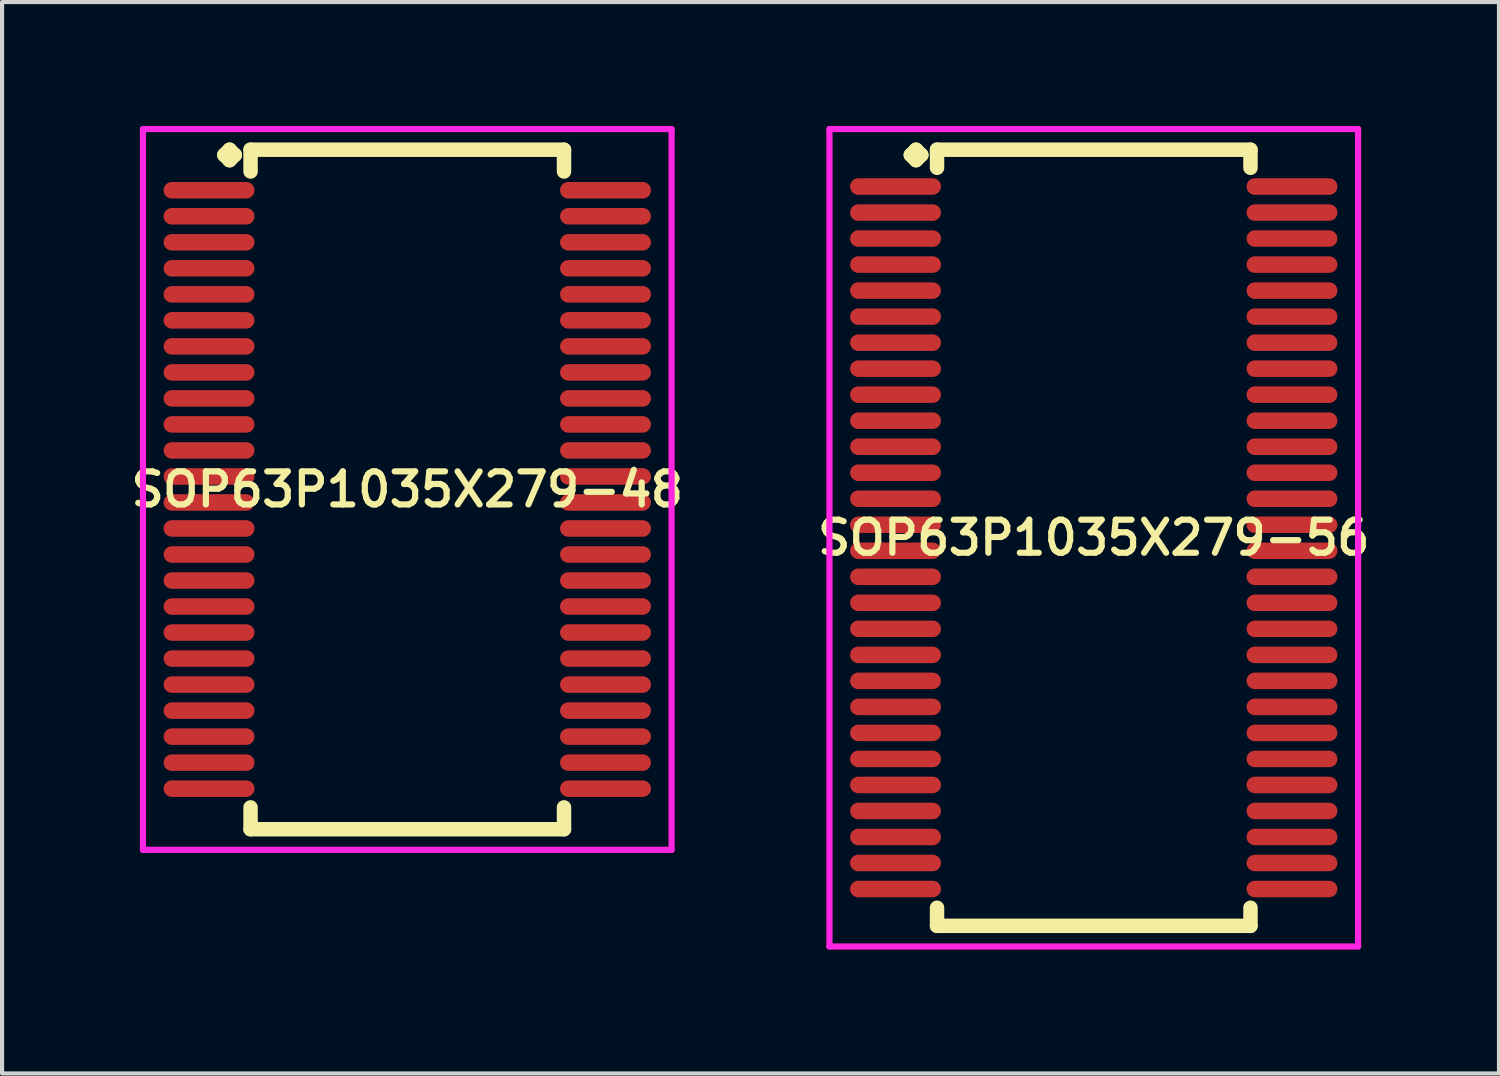
<source format=kicad_pcb>
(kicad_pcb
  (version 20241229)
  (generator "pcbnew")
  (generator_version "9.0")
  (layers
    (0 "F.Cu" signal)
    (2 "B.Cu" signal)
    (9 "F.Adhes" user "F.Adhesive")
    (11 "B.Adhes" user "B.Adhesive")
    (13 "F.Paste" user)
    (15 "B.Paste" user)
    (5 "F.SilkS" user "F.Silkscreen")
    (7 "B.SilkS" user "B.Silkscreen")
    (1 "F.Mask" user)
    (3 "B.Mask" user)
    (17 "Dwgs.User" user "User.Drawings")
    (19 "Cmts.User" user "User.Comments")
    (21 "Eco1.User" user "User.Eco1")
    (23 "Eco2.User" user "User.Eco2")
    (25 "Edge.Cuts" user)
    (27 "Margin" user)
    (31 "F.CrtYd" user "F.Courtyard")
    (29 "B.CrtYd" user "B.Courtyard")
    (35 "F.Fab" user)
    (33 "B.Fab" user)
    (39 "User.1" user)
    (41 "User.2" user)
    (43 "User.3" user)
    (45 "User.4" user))
  (footprint "SOP63P1035X279-48"
    (layer "F.Cu")
    (at 6.812 8.802)
    (property "Reference" "SOP63P1035X279-48" (at 0 0 0) (layer "F.SilkS") (effects (font (size 0.8 0.8) (thickness 0.15))))
    (attr smd)
    (fp_line (start -4.43 -8.1) (end -4.303 -8.227) (stroke (width 0.35) (type solid)) (layer "F.SilkS"))
    (fp_line (start -4.303 -8.227) (end -4.176 -8.1) (stroke (width 0.35) (type solid)) (layer "F.SilkS"))
    (fp_line (start -4.303 -7.973) (end -4.43 -8.1) (stroke (width 0.35) (type solid)) (layer "F.SilkS"))
    (fp_line (start -4.176 -8.1) (end -4.303 -7.973) (stroke (width 0.35) (type solid)) (layer "F.SilkS"))
    (fp_line (start -3.795 -8.227) (end 3.795 -8.227) (stroke (width 0.35) (type solid)) (layer "F.SilkS"))
    (fp_line (start -3.795 -7.699) (end -3.795 -8.227) (stroke (width 0.35) (type solid)) (layer "F.SilkS"))
    (fp_line (start -3.795 7.699) (end -3.795 8.227) (stroke (width 0.35) (type solid)) (layer "F.SilkS"))
    (fp_line (start -3.795 8.227) (end 3.795 8.227) (stroke (width 0.35) (type solid)) (layer "F.SilkS"))
    (fp_line (start 3.795 -8.227) (end 3.795 -7.699) (stroke (width 0.35) (type solid)) (layer "F.SilkS"))
    (fp_line (start 3.795 8.227) (end 3.795 7.699) (stroke (width 0.35) (type solid)) (layer "F.SilkS"))
    (fp_line (start -6.4 -8.727) (end 6.4 -8.727) (stroke (width 0.15) (type solid)) (layer "F.CrtYd"))
    (fp_line (start -6.4 8.727) (end -6.4 -8.727) (stroke (width 0.15) (type solid)) (layer "F.CrtYd"))
    (fp_line (start 6.4 -8.727) (end 6.4 8.727) (stroke (width 0.15) (type solid)) (layer "F.CrtYd"))
    (fp_line (start 6.4 8.727) (end -6.4 8.727) (stroke (width 0.15) (type solid)) (layer "F.CrtYd"))
    (pad "1" smd oval (at -4.8 -7.245) (size 2.2 0.4) (layers "F.Cu" "F.Mask" "F.Paste"))
    (pad "2" smd oval (at -4.8 -6.615) (size 2.2 0.4) (layers "F.Cu" "F.Mask" "F.Paste"))
    (pad "3" smd oval (at -4.8 -5.985) (size 2.2 0.4) (layers "F.Cu" "F.Mask" "F.Paste"))
    (pad "4" smd oval (at -4.8 -5.355) (size 2.2 0.4) (layers "F.Cu" "F.Mask" "F.Paste"))
    (pad "5" smd oval (at -4.8 -4.725) (size 2.2 0.4) (layers "F.Cu" "F.Mask" "F.Paste"))
    (pad "6" smd oval (at -4.8 -4.095) (size 2.2 0.4) (layers "F.Cu" "F.Mask" "F.Paste"))
    (pad "7" smd oval (at -4.8 -3.465) (size 2.2 0.4) (layers "F.Cu" "F.Mask" "F.Paste"))
    (pad "8" smd oval (at -4.8 -2.835) (size 2.2 0.4) (layers "F.Cu" "F.Mask" "F.Paste"))
    (pad "9" smd oval (at -4.8 -2.205) (size 2.2 0.4) (layers "F.Cu" "F.Mask" "F.Paste"))
    (pad "10" smd oval (at -4.8 -1.575) (size 2.2 0.4) (layers "F.Cu" "F.Mask" "F.Paste"))
    (pad "11" smd oval (at -4.8 -0.945) (size 2.2 0.4) (layers "F.Cu" "F.Mask" "F.Paste"))
    (pad "12" smd oval (at -4.8 -0.315) (size 2.2 0.4) (layers "F.Cu" "F.Mask" "F.Paste"))
    (pad "13" smd oval (at -4.8 0.315) (size 2.2 0.4) (layers "F.Cu" "F.Mask" "F.Paste"))
    (pad "14" smd oval (at -4.8 0.945) (size 2.2 0.4) (layers "F.Cu" "F.Mask" "F.Paste"))
    (pad "15" smd oval (at -4.8 1.575) (size 2.2 0.4) (layers "F.Cu" "F.Mask" "F.Paste"))
    (pad "16" smd oval (at -4.8 2.205) (size 2.2 0.4) (layers "F.Cu" "F.Mask" "F.Paste"))
    (pad "17" smd oval (at -4.8 2.835) (size 2.2 0.4) (layers "F.Cu" "F.Mask" "F.Paste"))
    (pad "18" smd oval (at -4.8 3.465) (size 2.2 0.4) (layers "F.Cu" "F.Mask" "F.Paste"))
    (pad "19" smd oval (at -4.8 4.095) (size 2.2 0.4) (layers "F.Cu" "F.Mask" "F.Paste"))
    (pad "20" smd oval (at -4.8 4.725) (size 2.2 0.4) (layers "F.Cu" "F.Mask" "F.Paste"))
    (pad "21" smd oval (at -4.8 5.355) (size 2.2 0.4) (layers "F.Cu" "F.Mask" "F.Paste"))
    (pad "22" smd oval (at -4.8 5.985) (size 2.2 0.4) (layers "F.Cu" "F.Mask" "F.Paste"))
    (pad "23" smd oval (at -4.8 6.615) (size 2.2 0.4) (layers "F.Cu" "F.Mask" "F.Paste"))
    (pad "24" smd oval (at -4.8 7.245) (size 2.2 0.4) (layers "F.Cu" "F.Mask" "F.Paste"))
    (pad "25" smd oval (at 4.8 7.245) (size 2.2 0.4) (layers "F.Cu" "F.Mask" "F.Paste"))
    (pad "26" smd oval (at 4.8 6.615) (size 2.2 0.4) (layers "F.Cu" "F.Mask" "F.Paste"))
    (pad "27" smd oval (at 4.8 5.985) (size 2.2 0.4) (layers "F.Cu" "F.Mask" "F.Paste"))
    (pad "28" smd oval (at 4.8 5.355) (size 2.2 0.4) (layers "F.Cu" "F.Mask" "F.Paste"))
    (pad "29" smd oval (at 4.8 4.725) (size 2.2 0.4) (layers "F.Cu" "F.Mask" "F.Paste"))
    (pad "30" smd oval (at 4.8 4.095) (size 2.2 0.4) (layers "F.Cu" "F.Mask" "F.Paste"))
    (pad "31" smd oval (at 4.8 3.465) (size 2.2 0.4) (layers "F.Cu" "F.Mask" "F.Paste"))
    (pad "32" smd oval (at 4.8 2.835) (size 2.2 0.4) (layers "F.Cu" "F.Mask" "F.Paste"))
    (pad "33" smd oval (at 4.8 2.205) (size 2.2 0.4) (layers "F.Cu" "F.Mask" "F.Paste"))
    (pad "34" smd oval (at 4.8 1.575) (size 2.2 0.4) (layers "F.Cu" "F.Mask" "F.Paste"))
    (pad "35" smd oval (at 4.8 0.945) (size 2.2 0.4) (layers "F.Cu" "F.Mask" "F.Paste"))
    (pad "36" smd oval (at 4.8 0.315) (size 2.2 0.4) (layers "F.Cu" "F.Mask" "F.Paste"))
    (pad "37" smd oval (at 4.8 -0.315) (size 2.2 0.4) (layers "F.Cu" "F.Mask" "F.Paste"))
    (pad "38" smd oval (at 4.8 -0.945) (size 2.2 0.4) (layers "F.Cu" "F.Mask" "F.Paste"))
    (pad "39" smd oval (at 4.8 -1.575) (size 2.2 0.4) (layers "F.Cu" "F.Mask" "F.Paste"))
    (pad "40" smd oval (at 4.8 -2.205) (size 2.2 0.4) (layers "F.Cu" "F.Mask" "F.Paste"))
    (pad "41" smd oval (at 4.8 -2.835) (size 2.2 0.4) (layers "F.Cu" "F.Mask" "F.Paste"))
    (pad "42" smd oval (at 4.8 -3.465) (size 2.2 0.4) (layers "F.Cu" "F.Mask" "F.Paste"))
    (pad "43" smd oval (at 4.8 -4.095) (size 2.2 0.4) (layers "F.Cu" "F.Mask" "F.Paste"))
    (pad "44" smd oval (at 4.8 -4.725) (size 2.2 0.4) (layers "F.Cu" "F.Mask" "F.Paste"))
    (pad "45" smd oval (at 4.8 -5.355) (size 2.2 0.4) (layers "F.Cu" "F.Mask" "F.Paste"))
    (pad "46" smd oval (at 4.8 -5.985) (size 2.2 0.4) (layers "F.Cu" "F.Mask" "F.Paste"))
    (pad "47" smd oval (at 4.8 -6.615) (size 2.2 0.4) (layers "F.Cu" "F.Mask" "F.Paste"))
    (pad "48" smd oval (at 4.8 -7.245) (size 2.2 0.4) (layers "F.Cu" "F.Mask" "F.Paste")))
  (footprint "SOP63P1035X279-56"
    (layer "F.Cu")
    (at 23.435 9.972)
    (property "Reference" "SOP63P1035X279-56" (at 0 0 0) (layer "F.SilkS") (effects (font (size 0.8 0.8) (thickness 0.15))))
    (attr smd)
    (fp_line (start -4.43 -9.27) (end -4.303 -9.397) (stroke (width 0.35) (type solid)) (layer "F.SilkS"))
    (fp_line (start -4.303 -9.397) (end -4.176 -9.27) (stroke (width 0.35) (type solid)) (layer "F.SilkS"))
    (fp_line (start -4.303 -9.143) (end -4.43 -9.27) (stroke (width 0.35) (type solid)) (layer "F.SilkS"))
    (fp_line (start -4.176 -9.27) (end -4.303 -9.143) (stroke (width 0.35) (type solid)) (layer "F.SilkS"))
    (fp_line (start -3.795 -9.397) (end 3.795 -9.397) (stroke (width 0.35) (type solid)) (layer "F.SilkS"))
    (fp_line (start -3.795 -8.959) (end -3.795 -9.397) (stroke (width 0.35) (type solid)) (layer "F.SilkS"))
    (fp_line (start -3.795 8.959) (end -3.795 9.397) (stroke (width 0.35) (type solid)) (layer "F.SilkS"))
    (fp_line (start -3.795 9.397) (end 3.795 9.397) (stroke (width 0.35) (type solid)) (layer "F.SilkS"))
    (fp_line (start 3.795 -9.397) (end 3.795 -8.959) (stroke (width 0.35) (type solid)) (layer "F.SilkS"))
    (fp_line (start 3.795 9.397) (end 3.795 8.959) (stroke (width 0.35) (type solid)) (layer "F.SilkS"))
    (fp_line (start -6.4 -9.897) (end 6.4 -9.897) (stroke (width 0.15) (type solid)) (layer "F.CrtYd"))
    (fp_line (start -6.4 9.897) (end -6.4 -9.897) (stroke (width 0.15) (type solid)) (layer "F.CrtYd"))
    (fp_line (start 6.4 -9.897) (end 6.4 9.897) (stroke (width 0.15) (type solid)) (layer "F.CrtYd"))
    (fp_line (start 6.4 9.897) (end -6.4 9.897) (stroke (width 0.15) (type solid)) (layer "F.CrtYd"))
    (pad "1" smd oval (at -4.8 -8.505) (size 2.2 0.4) (layers "F.Cu" "F.Mask" "F.Paste"))
    (pad "2" smd oval (at -4.8 -7.875) (size 2.2 0.4) (layers "F.Cu" "F.Mask" "F.Paste"))
    (pad "3" smd oval (at -4.8 -7.245) (size 2.2 0.4) (layers "F.Cu" "F.Mask" "F.Paste"))
    (pad "4" smd oval (at -4.8 -6.615) (size 2.2 0.4) (layers "F.Cu" "F.Mask" "F.Paste"))
    (pad "5" smd oval (at -4.8 -5.985) (size 2.2 0.4) (layers "F.Cu" "F.Mask" "F.Paste"))
    (pad "6" smd oval (at -4.8 -5.355) (size 2.2 0.4) (layers "F.Cu" "F.Mask" "F.Paste"))
    (pad "7" smd oval (at -4.8 -4.725) (size 2.2 0.4) (layers "F.Cu" "F.Mask" "F.Paste"))
    (pad "8" smd oval (at -4.8 -4.095) (size 2.2 0.4) (layers "F.Cu" "F.Mask" "F.Paste"))
    (pad "9" smd oval (at -4.8 -3.465) (size 2.2 0.4) (layers "F.Cu" "F.Mask" "F.Paste"))
    (pad "10" smd oval (at -4.8 -2.835) (size 2.2 0.4) (layers "F.Cu" "F.Mask" "F.Paste"))
    (pad "11" smd oval (at -4.8 -2.205) (size 2.2 0.4) (layers "F.Cu" "F.Mask" "F.Paste"))
    (pad "12" smd oval (at -4.8 -1.575) (size 2.2 0.4) (layers "F.Cu" "F.Mask" "F.Paste"))
    (pad "13" smd oval (at -4.8 -0.945) (size 2.2 0.4) (layers "F.Cu" "F.Mask" "F.Paste"))
    (pad "14" smd oval (at -4.8 -0.315) (size 2.2 0.4) (layers "F.Cu" "F.Mask" "F.Paste"))
    (pad "15" smd oval (at -4.8 0.315) (size 2.2 0.4) (layers "F.Cu" "F.Mask" "F.Paste"))
    (pad "16" smd oval (at -4.8 0.945) (size 2.2 0.4) (layers "F.Cu" "F.Mask" "F.Paste"))
    (pad "17" smd oval (at -4.8 1.575) (size 2.2 0.4) (layers "F.Cu" "F.Mask" "F.Paste"))
    (pad "18" smd oval (at -4.8 2.205) (size 2.2 0.4) (layers "F.Cu" "F.Mask" "F.Paste"))
    (pad "19" smd oval (at -4.8 2.835) (size 2.2 0.4) (layers "F.Cu" "F.Mask" "F.Paste"))
    (pad "20" smd oval (at -4.8 3.465) (size 2.2 0.4) (layers "F.Cu" "F.Mask" "F.Paste"))
    (pad "21" smd oval (at -4.8 4.095) (size 2.2 0.4) (layers "F.Cu" "F.Mask" "F.Paste"))
    (pad "22" smd oval (at -4.8 4.725) (size 2.2 0.4) (layers "F.Cu" "F.Mask" "F.Paste"))
    (pad "23" smd oval (at -4.8 5.355) (size 2.2 0.4) (layers "F.Cu" "F.Mask" "F.Paste"))
    (pad "24" smd oval (at -4.8 5.985) (size 2.2 0.4) (layers "F.Cu" "F.Mask" "F.Paste"))
    (pad "25" smd oval (at -4.8 6.615) (size 2.2 0.4) (layers "F.Cu" "F.Mask" "F.Paste"))
    (pad "26" smd oval (at -4.8 7.245) (size 2.2 0.4) (layers "F.Cu" "F.Mask" "F.Paste"))
    (pad "27" smd oval (at -4.8 7.875) (size 2.2 0.4) (layers "F.Cu" "F.Mask" "F.Paste"))
    (pad "28" smd oval (at -4.8 8.505) (size 2.2 0.4) (layers "F.Cu" "F.Mask" "F.Paste"))
    (pad "29" smd oval (at 4.8 8.505) (size 2.2 0.4) (layers "F.Cu" "F.Mask" "F.Paste"))
    (pad "30" smd oval (at 4.8 7.875) (size 2.2 0.4) (layers "F.Cu" "F.Mask" "F.Paste"))
    (pad "31" smd oval (at 4.8 7.245) (size 2.2 0.4) (layers "F.Cu" "F.Mask" "F.Paste"))
    (pad "32" smd oval (at 4.8 6.615) (size 2.2 0.4) (layers "F.Cu" "F.Mask" "F.Paste"))
    (pad "33" smd oval (at 4.8 5.985) (size 2.2 0.4) (layers "F.Cu" "F.Mask" "F.Paste"))
    (pad "34" smd oval (at 4.8 5.355) (size 2.2 0.4) (layers "F.Cu" "F.Mask" "F.Paste"))
    (pad "35" smd oval (at 4.8 4.725) (size 2.2 0.4) (layers "F.Cu" "F.Mask" "F.Paste"))
    (pad "36" smd oval (at 4.8 4.095) (size 2.2 0.4) (layers "F.Cu" "F.Mask" "F.Paste"))
    (pad "37" smd oval (at 4.8 3.465) (size 2.2 0.4) (layers "F.Cu" "F.Mask" "F.Paste"))
    (pad "38" smd oval (at 4.8 2.835) (size 2.2 0.4) (layers "F.Cu" "F.Mask" "F.Paste"))
    (pad "39" smd oval (at 4.8 2.205) (size 2.2 0.4) (layers "F.Cu" "F.Mask" "F.Paste"))
    (pad "40" smd oval (at 4.8 1.575) (size 2.2 0.4) (layers "F.Cu" "F.Mask" "F.Paste"))
    (pad "41" smd oval (at 4.8 0.945) (size 2.2 0.4) (layers "F.Cu" "F.Mask" "F.Paste"))
    (pad "42" smd oval (at 4.8 0.315) (size 2.2 0.4) (layers "F.Cu" "F.Mask" "F.Paste"))
    (pad "43" smd oval (at 4.8 -0.315) (size 2.2 0.4) (layers "F.Cu" "F.Mask" "F.Paste"))
    (pad "44" smd oval (at 4.8 -0.945) (size 2.2 0.4) (layers "F.Cu" "F.Mask" "F.Paste"))
    (pad "45" smd oval (at 4.8 -1.575) (size 2.2 0.4) (layers "F.Cu" "F.Mask" "F.Paste"))
    (pad "46" smd oval (at 4.8 -2.205) (size 2.2 0.4) (layers "F.Cu" "F.Mask" "F.Paste"))
    (pad "47" smd oval (at 4.8 -2.835) (size 2.2 0.4) (layers "F.Cu" "F.Mask" "F.Paste"))
    (pad "48" smd oval (at 4.8 -3.465) (size 2.2 0.4) (layers "F.Cu" "F.Mask" "F.Paste"))
    (pad "49" smd oval (at 4.8 -4.095) (size 2.2 0.4) (layers "F.Cu" "F.Mask" "F.Paste"))
    (pad "50" smd oval (at 4.8 -4.725) (size 2.2 0.4) (layers "F.Cu" "F.Mask" "F.Paste"))
    (pad "51" smd oval (at 4.8 -5.355) (size 2.2 0.4) (layers "F.Cu" "F.Mask" "F.Paste"))
    (pad "52" smd oval (at 4.8 -5.985) (size 2.2 0.4) (layers "F.Cu" "F.Mask" "F.Paste"))
    (pad "53" smd oval (at 4.8 -6.615) (size 2.2 0.4) (layers "F.Cu" "F.Mask" "F.Paste"))
    (pad "54" smd oval (at 4.8 -7.245) (size 2.2 0.4) (layers "F.Cu" "F.Mask" "F.Paste"))
    (pad "55" smd oval (at 4.8 -7.875) (size 2.2 0.4) (layers "F.Cu" "F.Mask" "F.Paste"))
    (pad "56" smd oval (at 4.8 -8.505) (size 2.2 0.4) (layers "F.Cu" "F.Mask" "F.Paste")))
  (gr_rect
    (start -3 -3)
    (end 33.247 22.944)
    (stroke (width 0.1) (type default))
    (fill no)
    (layer "Edge.Cuts")))
</source>
